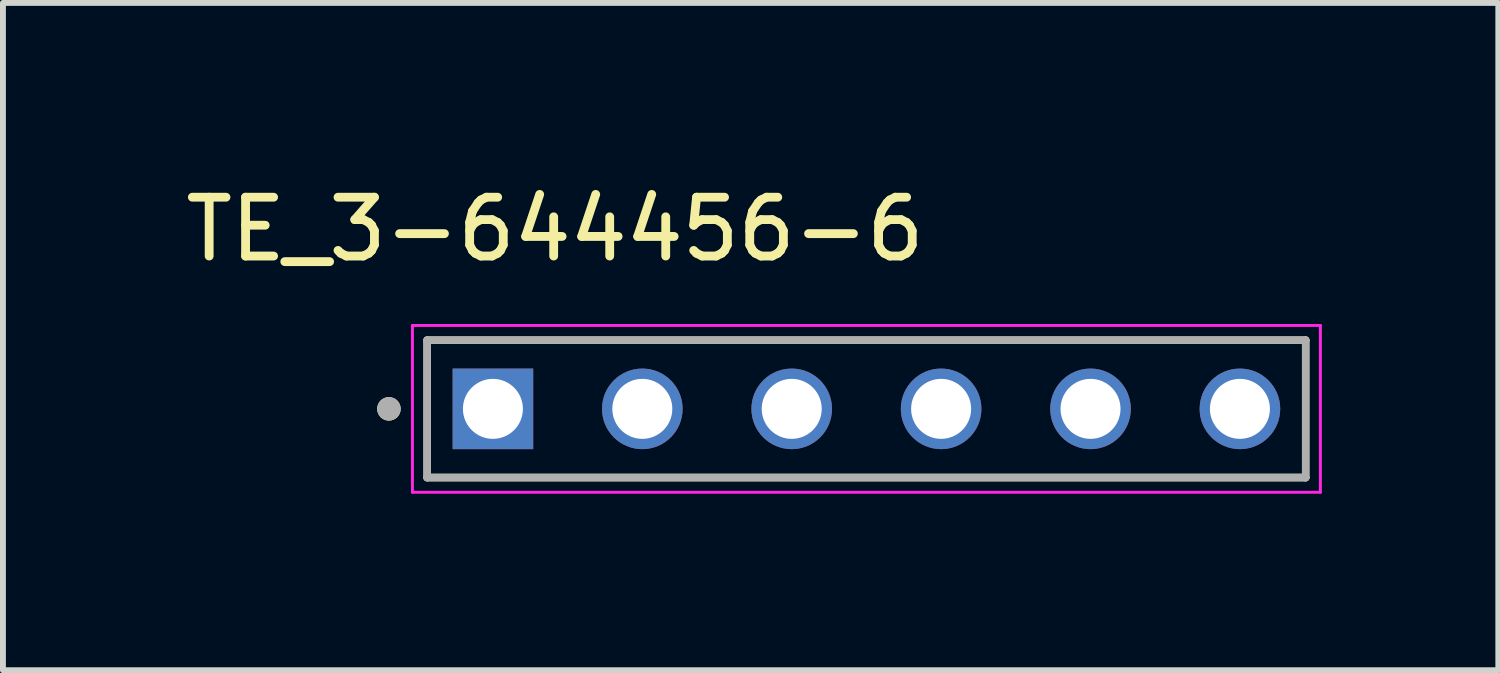
<source format=kicad_pcb>
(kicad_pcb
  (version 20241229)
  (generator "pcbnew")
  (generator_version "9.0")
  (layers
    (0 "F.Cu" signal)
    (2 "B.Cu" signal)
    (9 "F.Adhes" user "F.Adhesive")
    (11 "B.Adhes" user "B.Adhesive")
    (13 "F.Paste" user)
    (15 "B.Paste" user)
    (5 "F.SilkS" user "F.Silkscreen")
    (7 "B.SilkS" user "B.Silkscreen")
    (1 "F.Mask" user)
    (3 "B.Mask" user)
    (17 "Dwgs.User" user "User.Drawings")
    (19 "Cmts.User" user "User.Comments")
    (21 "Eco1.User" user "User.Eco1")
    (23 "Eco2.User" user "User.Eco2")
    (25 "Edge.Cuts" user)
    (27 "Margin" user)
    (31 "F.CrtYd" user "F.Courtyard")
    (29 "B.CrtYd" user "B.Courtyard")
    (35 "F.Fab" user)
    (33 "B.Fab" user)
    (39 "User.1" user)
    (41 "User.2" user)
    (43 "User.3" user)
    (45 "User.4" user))
  (footprint "TE_3-644456-6"
    (layer "F.Cu")
    (at 5.33 3.901)
    (property "Reference" "TE_3-644456-6" (at 1.057 -3.053 0) (layer "F.SilkS") (effects (font (size 1 1) (thickness 0.15))))
    (attr through_hole)
    (fp_line (start -1.118 1.168) (end -1.118 -1.168) (stroke (width 0.127) (type solid)) (layer "F.SilkS"))
    (fp_line (start 13.818 -1.168) (end -1.118 -1.168) (stroke (width 0.127) (type solid)) (layer "F.SilkS"))
    (fp_line (start 13.818 -1.168) (end 13.818 1.168) (stroke (width 0.127) (type solid)) (layer "F.SilkS"))
    (fp_line (start 13.818 1.168) (end -1.118 1.168) (stroke (width 0.127) (type solid)) (layer "F.SilkS"))
    (fp_circle (center -1.768 0) (end -1.668 0) (stroke (width 0.2) (type solid)) (fill no) (layer "F.SilkS"))
    (fp_line (start -1.368 -1.418) (end 14.068 -1.418) (stroke (width 0.05) (type solid)) (layer "F.CrtYd"))
    (fp_line (start -1.368 1.418) (end -1.368 -1.418) (stroke (width 0.05) (type solid)) (layer "F.CrtYd"))
    (fp_line (start 14.068 -1.418) (end 14.068 1.418) (stroke (width 0.05) (type solid)) (layer "F.CrtYd"))
    (fp_line (start 14.068 1.418) (end -1.368 1.418) (stroke (width 0.05) (type solid)) (layer "F.CrtYd"))
    (fp_line (start -1.118 -1.168) (end 13.818 -1.168) (stroke (width 0.127) (type solid)) (layer "F.Fab"))
    (fp_line (start -1.118 1.168) (end -1.118 -1.168) (stroke (width 0.127) (type solid)) (layer "F.Fab"))
    (fp_line (start -1.118 1.168) (end -1.118 1.168) (stroke (width 0.127) (type solid)) (layer "F.Fab"))
    (fp_line (start -1.118 1.168) (end 13.818 1.168) (stroke (width 0.127) (type solid)) (layer "F.Fab"))
    (fp_line (start 13.818 -1.168) (end 13.818 1.168) (stroke (width 0.127) (type solid)) (layer "F.Fab"))
    (fp_line (start 13.818 1.168) (end -1.118 1.168) (stroke (width 0.127) (type solid)) (layer "F.Fab"))
    (fp_line (start 13.818 1.168) (end 13.818 1.168) (stroke (width 0.127) (type solid)) (layer "F.Fab"))
    (fp_circle (center -1.768 0) (end -1.668 0) (stroke (width 0.2) (type solid)) (fill no) (layer "F.Fab"))
    (pad "1" thru_hole rect (at 0 0) (size 1.37 1.37) (drill 1.02) (layers "*.Cu" "*.Mask"))
    (pad "2" thru_hole circle (at 2.54 0) (size 1.37 1.37) (drill 1.02) (layers "*.Cu" "*.Mask"))
    (pad "3" thru_hole circle (at 5.08 0) (size 1.37 1.37) (drill 1.02) (layers "*.Cu" "*.Mask"))
    (pad "4" thru_hole circle (at 7.62 0) (size 1.37 1.37) (drill 1.02) (layers "*.Cu" "*.Mask"))
    (pad "5" thru_hole circle (at 10.16 0) (size 1.37 1.37) (drill 1.02) (layers "*.Cu" "*.Mask"))
    (pad "6" thru_hole circle (at 12.7 0) (size 1.37 1.37) (drill 1.02) (layers "*.Cu" "*.Mask")))
  (gr_rect
    (start -3 -3)
    (end 22.423 8.344)
    (stroke (width 0.1) (type default))
    (fill no)
    (layer "Edge.Cuts")))
</source>
